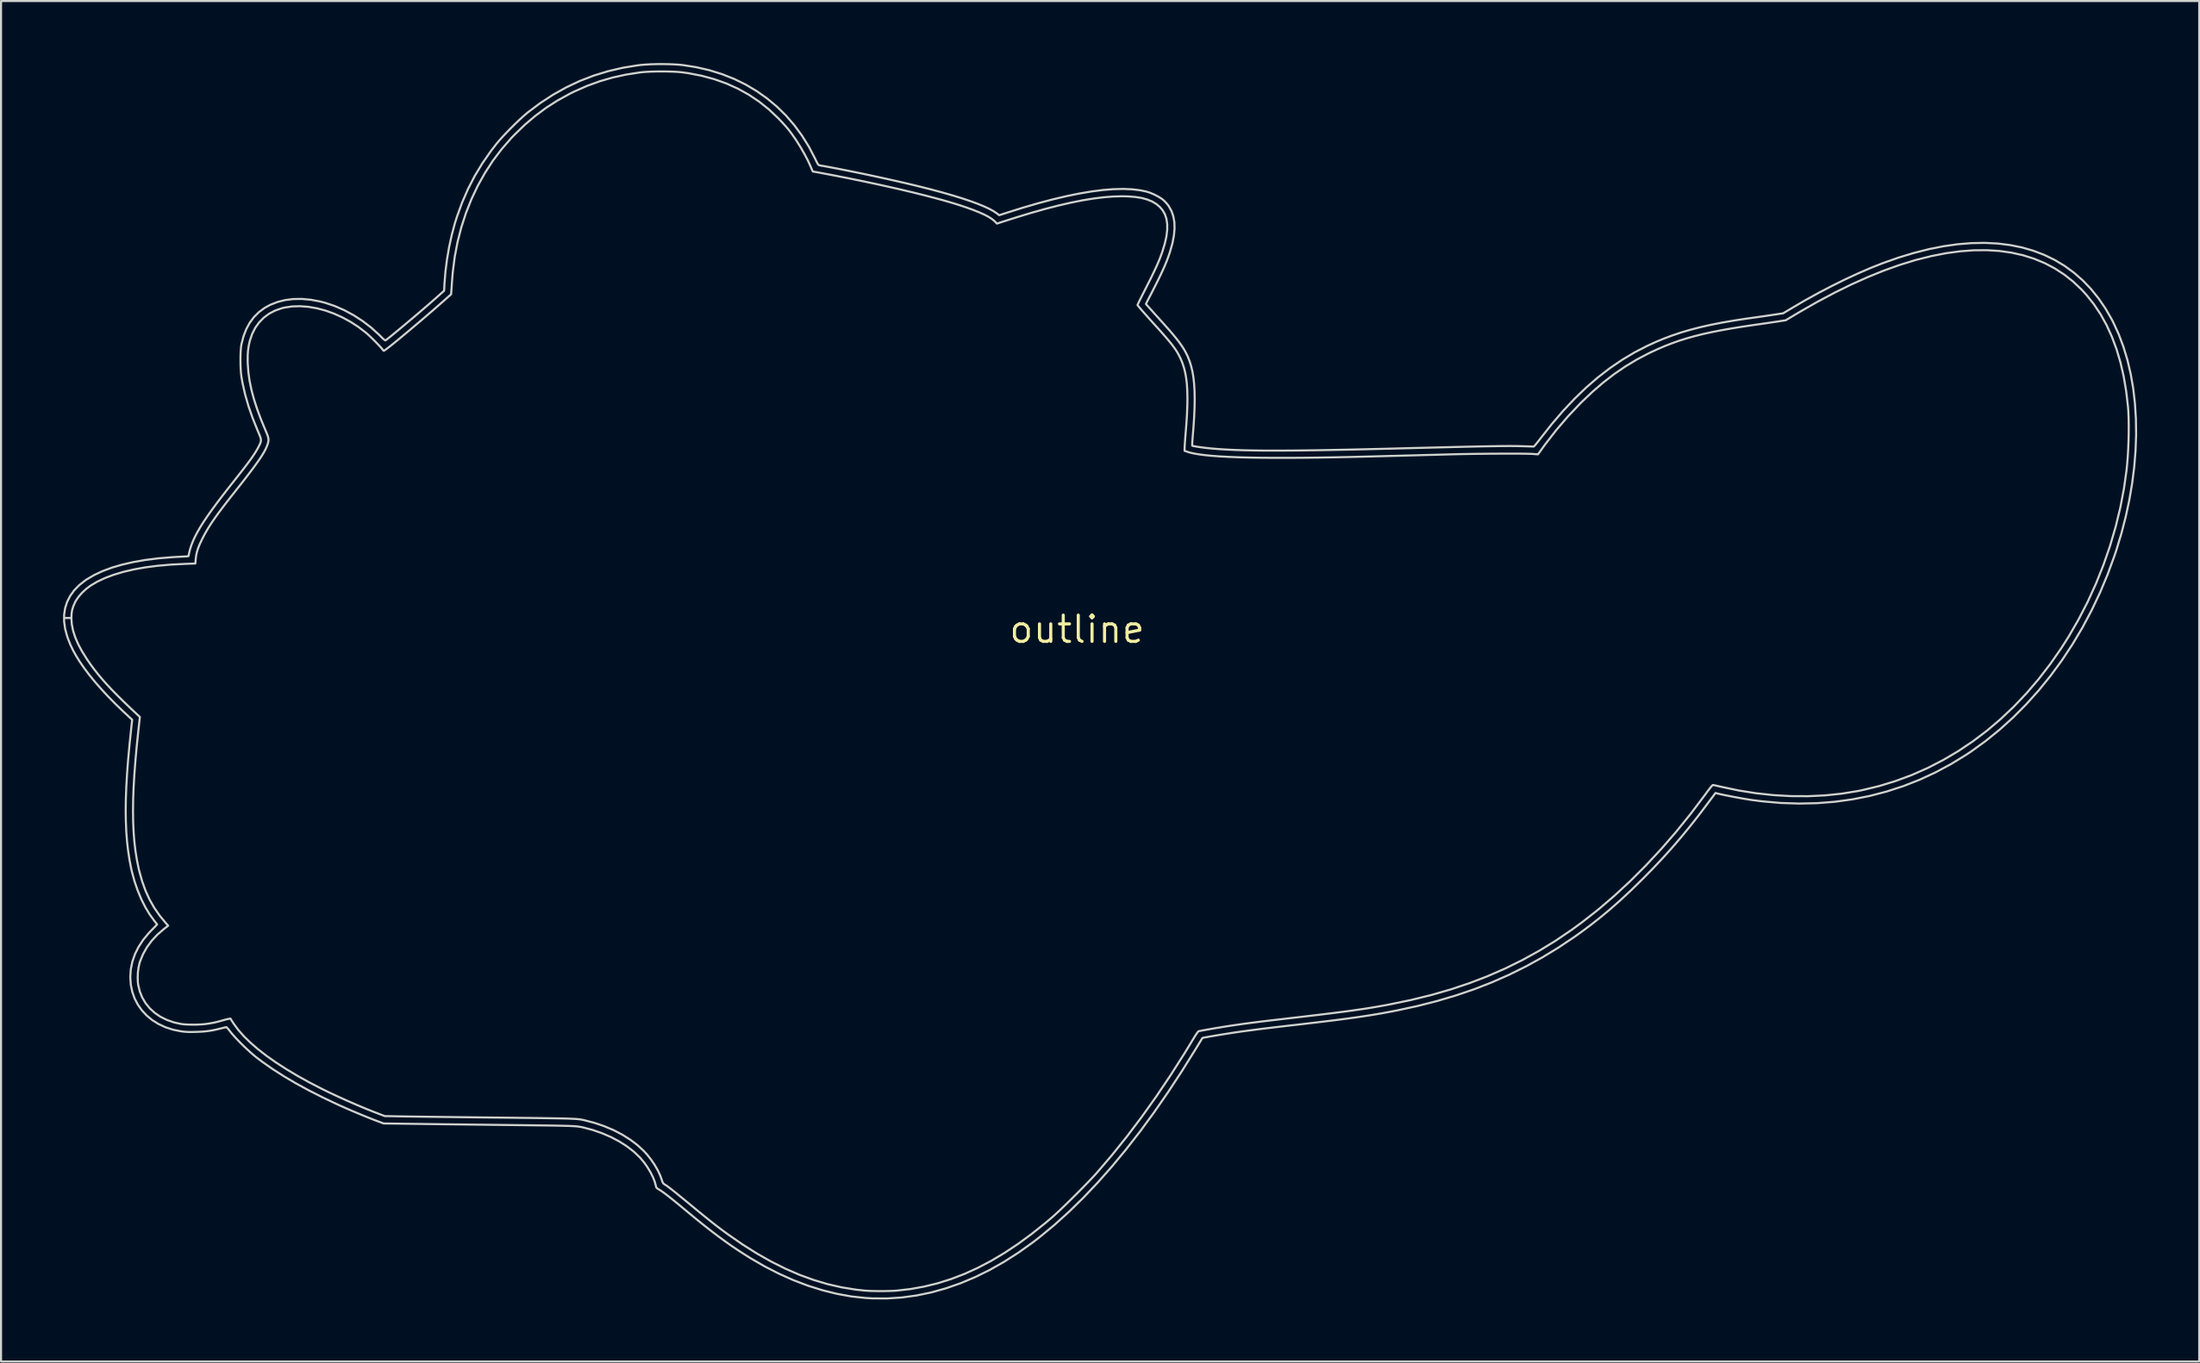
<source format=kicad_pcb>
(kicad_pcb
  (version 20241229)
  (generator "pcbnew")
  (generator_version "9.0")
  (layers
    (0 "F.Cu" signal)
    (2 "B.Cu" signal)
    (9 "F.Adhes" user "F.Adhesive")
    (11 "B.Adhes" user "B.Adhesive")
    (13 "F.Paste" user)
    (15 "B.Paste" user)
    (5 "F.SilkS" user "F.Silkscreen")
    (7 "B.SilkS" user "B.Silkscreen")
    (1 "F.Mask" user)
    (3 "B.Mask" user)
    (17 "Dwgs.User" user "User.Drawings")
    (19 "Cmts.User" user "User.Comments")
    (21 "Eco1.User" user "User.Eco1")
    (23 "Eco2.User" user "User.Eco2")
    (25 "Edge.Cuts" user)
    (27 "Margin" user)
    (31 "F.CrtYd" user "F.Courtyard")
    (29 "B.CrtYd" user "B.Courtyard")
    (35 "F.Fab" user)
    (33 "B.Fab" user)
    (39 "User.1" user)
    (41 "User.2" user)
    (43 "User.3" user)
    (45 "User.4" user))
  (footprint "outline"
    (layer "F.Cu")
    (at 49.014 27.393)
    (property "Reference" "outline" (at 0 0 0) (layer "F.SilkS") (effects (font (size 1.27 1.27) (thickness 0.15))))
    (attr through_hole)
    (fp_poly (pts (xy 51.198 -9.437) (xy 51.171 -8.663) (xy 51.108 -7.875) (xy 51.008 -7.077) (xy 50.871 -6.271) (xy 50.841 -6.129) (xy 50.841 -9.876) (xy 50.835 -10.222) (xy 50.822 -10.535) (xy 50.804 -10.78) (xy 50.716 -11.531) (xy 50.595 -12.245) (xy 50.439 -12.92) (xy 50.249 -13.558) (xy 50.025 -14.159) (xy 49.768 -14.722) (xy 49.476 -15.248) (xy 49.15 -15.736) (xy 48.789 -16.188) (xy 48.563 -16.434) (xy 48.158 -16.819) (xy 47.725 -17.161) (xy 47.266 -17.46) (xy 46.781 -17.715) (xy 46.271 -17.927) (xy 45.735 -18.096) (xy 45.174 -18.222) (xy 44.59 -18.304) (xy 43.981 -18.342) (xy 43.348 -18.337) (xy 42.692 -18.288) (xy 42.013 -18.196) (xy 41.312 -18.059) (xy 40.589 -17.879) (xy 40.487 -17.85) (xy 39.756 -17.625) (xy 39.003 -17.355) (xy 38.228 -17.041) (xy 37.434 -16.685) (xy 36.622 -16.286) (xy 35.794 -15.846) (xy 34.95 -15.364) (xy 34.744 -15.242) (xy 34.261 -14.953) (xy 33.917 -14.899) (xy 33.803 -14.882) (xy 33.648 -14.859) (xy 33.463 -14.831) (xy 33.257 -14.801) (xy 33.04 -14.77) (xy 32.823 -14.739) (xy 32.773 -14.732) (xy 32.19 -14.646) (xy 31.652 -14.559) (xy 31.155 -14.471) (xy 30.695 -14.381) (xy 30.266 -14.287) (xy 29.864 -14.187) (xy 29.484 -14.081) (xy 29.121 -13.967) (xy 28.771 -13.843) (xy 28.427 -13.71) (xy 28.087 -13.564) (xy 27.744 -13.406) (xy 27.65 -13.361) (xy 27.069 -13.057) (xy 26.508 -12.719) (xy 25.962 -12.345) (xy 25.426 -11.931) (xy 24.896 -11.473) (xy 24.366 -10.969) (xy 24.332 -10.934) (xy 23.736 -10.305) (xy 23.168 -9.642) (xy 22.637 -8.957) (xy 22.489 -8.753) (xy 22.285 -8.467) (xy 22.031 -8.486) (xy 21.935 -8.491) (xy 21.792 -8.495) (xy 21.61 -8.498) (xy 21.392 -8.5) (xy 21.144 -8.501) (xy 20.872 -8.501) (xy 20.58 -8.501) (xy 20.274 -8.499) (xy 19.959 -8.497) (xy 19.64 -8.494) (xy 19.322 -8.491) (xy 19.011 -8.486) (xy 18.711 -8.481) (xy 18.429 -8.476) (xy 18.169 -8.469) (xy 18.166 -8.469) (xy 17.886 -8.462) (xy 17.574 -8.453) (xy 17.246 -8.444) (xy 16.915 -8.436) (xy 16.597 -8.427) (xy 16.305 -8.419) (xy 16.145 -8.415) (xy 15.872 -8.408) (xy 15.568 -8.4) (xy 15.247 -8.392) (xy 14.925 -8.383) (xy 14.618 -8.375) (xy 14.339 -8.368) (xy 14.238 -8.365) (xy 13.325 -8.342) (xy 12.461 -8.324) (xy 11.648 -8.31) (xy 10.884 -8.301) (xy 10.169 -8.297) (xy 9.503 -8.297) (xy 8.885 -8.302) (xy 8.316 -8.312) (xy 7.794 -8.326) (xy 7.319 -8.345) (xy 6.891 -8.368) (xy 6.509 -8.397) (xy 6.173 -8.43) (xy 5.884 -8.468) (xy 5.639 -8.51) (xy 5.44 -8.557) (xy 5.339 -8.589) (xy 5.199 -8.638) (xy 5.202 -8.8) (xy 5.206 -8.878) (xy 5.213 -8.996) (xy 5.223 -9.14) (xy 5.235 -9.3) (xy 5.247 -9.446) (xy 5.287 -9.952) (xy 5.316 -10.412) (xy 5.333 -10.831) (xy 5.337 -11.21) (xy 5.33 -11.555) (xy 5.31 -11.868) (xy 5.277 -12.153) (xy 5.231 -12.414) (xy 5.171 -12.655) (xy 5.098 -12.879) (xy 5.011 -13.09) (xy 4.966 -13.183) (xy 4.903 -13.304) (xy 4.835 -13.422) (xy 4.759 -13.541) (xy 4.67 -13.666) (xy 4.567 -13.803) (xy 4.443 -13.955) (xy 4.297 -14.128) (xy 4.124 -14.326) (xy 3.921 -14.554) (xy 3.839 -14.644) (xy 3.616 -14.891) (xy 3.427 -15.102) (xy 3.27 -15.279) (xy 3.144 -15.422) (xy 3.048 -15.534) (xy 2.98 -15.615) (xy 2.939 -15.667) (xy 2.924 -15.692) (xy 2.924 -15.693) (xy 2.935 -15.72) (xy 2.967 -15.786) (xy 3.016 -15.888) (xy 3.081 -16.018) (xy 3.158 -16.172) (xy 3.246 -16.344) (xy 3.318 -16.488) (xy 3.477 -16.801) (xy 3.613 -17.076) (xy 3.73 -17.318) (xy 3.83 -17.534) (xy 3.917 -17.729) (xy 3.992 -17.91) (xy 4.058 -18.082) (xy 4.119 -18.251) (xy 4.129 -18.282) (xy 4.244 -18.659) (xy 4.321 -19.003) (xy 4.36 -19.316) (xy 4.361 -19.598) (xy 4.325 -19.851) (xy 4.25 -20.077) (xy 4.137 -20.276) (xy 4.006 -20.43) (xy 3.831 -20.577) (xy 3.627 -20.699) (xy 3.391 -20.795) (xy 3.119 -20.868) (xy 2.809 -20.917) (xy 2.458 -20.944) (xy 2.174 -20.95) (xy 1.744 -20.938) (xy 1.282 -20.901) (xy 0.788 -20.839) (xy 0.259 -20.752) (xy -0.306 -20.639) (xy -0.908 -20.5) (xy -1.548 -20.335) (xy -2.227 -20.143) (xy -2.948 -19.924) (xy -3.366 -19.791) (xy -3.871 -19.628) (xy -3.997 -19.756) (xy -4.113 -19.852) (xy -4.277 -19.956) (xy -4.487 -20.065) (xy -4.741 -20.178) (xy -5.037 -20.296) (xy -5.372 -20.417) (xy -5.744 -20.54) (xy -6 -20.619) (xy -6.424 -20.743) (xy -6.893 -20.871) (xy -7.403 -21.003) (xy -7.949 -21.139) (xy -8.526 -21.276) (xy -9.13 -21.414) (xy -9.754 -21.551) (xy -10.395 -21.687) (xy -11.047 -21.82) (xy -11.707 -21.95) (xy -12.368 -22.075) (xy -12.547 -22.108) (xy -12.776 -22.149) (xy -12.875 -22.383) (xy -13.015 -22.688) (xy -13.185 -23.013) (xy -13.376 -23.343) (xy -13.579 -23.666) (xy -13.787 -23.966) (xy -13.949 -24.18) (xy -14.028 -24.273) (xy -14.131 -24.391) (xy -14.25 -24.521) (xy -14.372 -24.651) (xy -14.441 -24.723) (xy -14.886 -25.144) (xy -15.359 -25.522) (xy -15.859 -25.858) (xy -16.388 -26.152) (xy -16.945 -26.403) (xy -17.53 -26.612) (xy -18.142 -26.778) (xy -18.783 -26.902) (xy -19.07 -26.943) (xy -19.266 -26.962) (xy -19.5 -26.976) (xy -19.761 -26.984) (xy -20.037 -26.988) (xy -20.315 -26.986) (xy -20.584 -26.979) (xy -20.831 -26.967) (xy -21.044 -26.95) (xy -21.116 -26.941) (xy -21.794 -26.836) (xy -22.443 -26.694) (xy -23.068 -26.513) (xy -23.679 -26.291) (xy -24.281 -26.026) (xy -24.525 -25.906) (xy -25.107 -25.585) (xy -25.661 -25.23) (xy -26.191 -24.836) (xy -26.702 -24.401) (xy -27.199 -23.92) (xy -27.352 -23.76) (xy -27.81 -23.235) (xy -28.233 -22.675) (xy -28.617 -22.084) (xy -28.964 -21.464) (xy -29.271 -20.817) (xy -29.537 -20.146) (xy -29.762 -19.452) (xy -29.945 -18.74) (xy -30.084 -18.011) (xy -30.178 -17.267) (xy -30.206 -16.921) (xy -30.217 -16.768) (xy -30.227 -16.62) (xy -30.236 -16.49) (xy -30.244 -16.392) (xy -30.246 -16.361) (xy -30.259 -16.208) (xy -30.455 -16.033) (xy -30.655 -15.855) (xy -30.869 -15.667) (xy -31.093 -15.471) (xy -31.325 -15.271) (xy -31.561 -15.068) (xy -31.798 -14.866) (xy -32.032 -14.668) (xy -32.26 -14.475) (xy -32.479 -14.292) (xy -32.686 -14.12) (xy -32.877 -13.963) (xy -33.049 -13.822) (xy -33.199 -13.702) (xy -33.324 -13.605) (xy -33.42 -13.533) (xy -33.483 -13.489) (xy -33.51 -13.475) (xy -33.537 -13.495) (xy -33.573 -13.541) (xy -33.573 -13.541) (xy -33.616 -13.596) (xy -33.688 -13.677) (xy -33.783 -13.778) (xy -33.892 -13.891) (xy -34.009 -14.009) (xy -34.126 -14.124) (xy -34.236 -14.228) (xy -34.331 -14.314) (xy -34.375 -14.352) (xy -34.742 -14.632) (xy -35.126 -14.881) (xy -35.524 -15.097) (xy -35.93 -15.278) (xy -36.34 -15.424) (xy -36.75 -15.532) (xy -37.154 -15.602) (xy -37.549 -15.633) (xy -37.931 -15.622) (xy -38.293 -15.57) (xy -38.451 -15.531) (xy -38.772 -15.418) (xy -39.062 -15.265) (xy -39.318 -15.074) (xy -39.54 -14.846) (xy -39.727 -14.584) (xy -39.876 -14.287) (xy -39.987 -13.959) (xy -39.994 -13.933) (xy -40.042 -13.711) (xy -40.074 -13.489) (xy -40.09 -13.252) (xy -40.091 -12.986) (xy -40.088 -12.865) (xy -40.059 -12.452) (xy -40 -12.027) (xy -39.909 -11.587) (xy -39.786 -11.127) (xy -39.629 -10.643) (xy -39.438 -10.131) (xy -39.241 -9.656) (xy -39.172 -9.495) (xy -39.125 -9.369) (xy -39.096 -9.269) (xy -39.084 -9.184) (xy -39.088 -9.105) (xy -39.107 -9.021) (xy -39.131 -8.943) (xy -39.172 -8.834) (xy -39.226 -8.716) (xy -39.296 -8.585) (xy -39.383 -8.438) (xy -39.49 -8.273) (xy -39.618 -8.087) (xy -39.77 -7.876) (xy -39.947 -7.639) (xy -40.151 -7.371) (xy -40.384 -7.071) (xy -40.649 -6.735) (xy -40.657 -6.724) (xy -40.913 -6.4) (xy -41.138 -6.111) (xy -41.336 -5.852) (xy -41.51 -5.618) (xy -41.663 -5.406) (xy -41.798 -5.211) (xy -41.918 -5.029) (xy -42.026 -4.855) (xy -42.124 -4.686) (xy -42.217 -4.516) (xy -42.284 -4.386) (xy -42.399 -4.145) (xy -42.486 -3.932) (xy -42.547 -3.737) (xy -42.586 -3.548) (xy -42.604 -3.388) (xy -42.62 -3.186) (xy -43.131 -3.168) (xy -43.805 -3.134) (xy -44.439 -3.078) (xy -45.034 -3.001) (xy -45.587 -2.902) (xy -46.099 -2.783) (xy -46.567 -2.643) (xy -46.992 -2.483) (xy -47.372 -2.303) (xy -47.691 -2.113) (xy -47.901 -1.954) (xy -48.094 -1.775) (xy -48.261 -1.585) (xy -48.392 -1.395) (xy -48.434 -1.315) (xy -48.52 -1.119) (xy -48.576 -0.94) (xy -48.605 -0.755) (xy -48.613 -0.553) (xy -48.594 -0.254) (xy -48.533 0.054) (xy -48.431 0.374) (xy -48.287 0.709) (xy -48.099 1.061) (xy -47.867 1.432) (xy -47.864 1.437) (xy -47.696 1.681) (xy -47.52 1.92) (xy -47.332 2.16) (xy -47.129 2.403) (xy -46.906 2.654) (xy -46.661 2.916) (xy -46.389 3.195) (xy -46.088 3.493) (xy -45.753 3.814) (xy -45.441 4.107) (xy -45.303 4.236) (xy -45.381 4.946) (xy -45.459 5.695) (xy -45.522 6.398) (xy -45.571 7.057) (xy -45.607 7.676) (xy -45.628 8.258) (xy -45.634 8.804) (xy -45.627 9.319) (xy -45.605 9.804) (xy -45.569 10.262) (xy -45.518 10.697) (xy -45.453 11.111) (xy -45.374 11.507) (xy -45.332 11.688) (xy -45.192 12.186) (xy -45.027 12.646) (xy -44.831 13.073) (xy -44.602 13.474) (xy -44.336 13.856) (xy -44.05 14.202) (xy -43.935 14.332) (xy -44.139 14.49) (xy -44.455 14.763) (xy -44.731 15.06) (xy -44.964 15.377) (xy -45.152 15.713) (xy -45.294 16.063) (xy -45.323 16.158) (xy -45.369 16.364) (xy -45.398 16.597) (xy -45.408 16.838) (xy -45.4 17.064) (xy -45.386 17.177) (xy -45.309 17.503) (xy -45.188 17.805) (xy -45.025 18.081) (xy -44.823 18.329) (xy -44.583 18.548) (xy -44.308 18.736) (xy -43.999 18.889) (xy -43.659 19.008) (xy -43.332 19.082) (xy -43.181 19.101) (xy -42.993 19.113) (xy -42.784 19.118) (xy -42.567 19.117) (xy -42.357 19.108) (xy -42.168 19.092) (xy -42.092 19.083) (xy -41.944 19.061) (xy -41.818 19.039) (xy -41.7 19.016) (xy -41.575 18.986) (xy -41.43 18.948) (xy -41.254 18.899) (xy -41.103 18.858) (xy -40.995 18.834) (xy -40.933 18.827) (xy -40.916 18.833) (xy -40.899 18.865) (xy -40.859 18.929) (xy -40.804 19.014) (xy -40.757 19.086) (xy -40.536 19.384) (xy -40.267 19.687) (xy -39.95 19.996) (xy -39.587 20.31) (xy -39.179 20.626) (xy -38.729 20.944) (xy -38.236 21.263) (xy -37.704 21.582) (xy -37.132 21.9) (xy -36.524 22.215) (xy -36.519 22.218) (xy -36.126 22.41) (xy -35.7 22.609) (xy -35.257 22.809) (xy -34.81 23.003) (xy -34.375 23.185) (xy -33.966 23.349) (xy -33.9 23.374) (xy -33.466 23.541) (xy -32.643 23.556) (xy -32.513 23.558) (xy -32.335 23.561) (xy -32.115 23.564) (xy -31.857 23.568) (xy -31.564 23.571) (xy -31.24 23.576) (xy -30.89 23.58) (xy -30.518 23.584) (xy -30.127 23.589) (xy -29.723 23.594) (xy -29.308 23.599) (xy -28.887 23.604) (xy -28.527 23.608) (xy -27.977 23.614) (xy -27.476 23.619) (xy -27.02 23.625) (xy -26.608 23.629) (xy -26.237 23.634) (xy -25.904 23.638) (xy -25.608 23.643) (xy -25.345 23.647) (xy -25.114 23.651) (xy -24.912 23.655) (xy -24.736 23.659) (xy -24.583 23.664) (xy -24.453 23.669) (xy -24.341 23.674) (xy -24.247 23.679) (xy -24.166 23.685) (xy -24.097 23.692) (xy -24.037 23.699) (xy -23.985 23.706) (xy -23.936 23.715) (xy -23.89 23.724) (xy -23.843 23.734) (xy -23.827 23.738) (xy -23.331 23.867) (xy -22.855 24.029) (xy -22.404 24.22) (xy -21.982 24.439) (xy -21.593 24.684) (xy -21.241 24.951) (xy -20.931 25.24) (xy -20.783 25.402) (xy -20.589 25.648) (xy -20.414 25.906) (xy -20.265 26.166) (xy -20.147 26.418) (xy -20.07 26.634) (xy -20.037 26.732) (xy -20.002 26.793) (xy -19.956 26.834) (xy -19.947 26.839) (xy -19.892 26.873) (xy -19.827 26.917) (xy -19.749 26.974) (xy -19.653 27.046) (xy -19.538 27.136) (xy -19.399 27.247) (xy -19.234 27.381) (xy -19.039 27.541) (xy -18.811 27.728) (xy -18.599 27.904) (xy -18.312 28.14) (xy -18.058 28.348) (xy -17.83 28.532) (xy -17.621 28.698) (xy -17.427 28.849) (xy -17.239 28.992) (xy -17.053 29.131) (xy -16.876 29.26) (xy -16.169 29.75) (xy -15.471 30.19) (xy -14.779 30.581) (xy -14.093 30.924) (xy -13.41 31.22) (xy -12.731 31.468) (xy -12.052 31.67) (xy -11.374 31.825) (xy -10.695 31.935) (xy -10.259 31.982) (xy -10.077 31.994) (xy -9.859 32.002) (xy -9.619 32.006) (xy -9.372 32.006) (xy -9.131 32.002) (xy -8.912 31.995) (xy -8.729 31.984) (xy -8.059 31.908) (xy -7.397 31.789) (xy -6.741 31.629) (xy -6.09 31.424) (xy -5.443 31.176) (xy -4.796 30.882) (xy -4.15 30.543) (xy -3.502 30.157) (xy -2.85 29.724) (xy -2.194 29.243) (xy -1.53 28.713) (xy -1.195 28.429) (xy -1.064 28.312) (xy -0.904 28.165) (xy -0.722 27.992) (xy -0.522 27.799) (xy -0.312 27.593) (xy -0.096 27.379) (xy 0.119 27.163) (xy 0.328 26.951) (xy 0.524 26.749) (xy 0.701 26.563) (xy 0.855 26.399) (xy 0.953 26.29) (xy 1.683 25.437) (xy 2.407 24.535) (xy 3.124 23.586) (xy 3.832 22.592) (xy 4.53 21.553) (xy 5.217 20.473) (xy 5.672 19.723) (xy 5.737 19.618) (xy 5.796 19.53) (xy 5.844 19.467) (xy 5.872 19.439) (xy 5.873 19.438) (xy 5.923 19.427) (xy 6.016 19.408) (xy 6.144 19.384) (xy 6.299 19.356) (xy 6.474 19.326) (xy 6.661 19.293) (xy 6.853 19.261) (xy 7.041 19.23) (xy 7.219 19.201) (xy 7.378 19.177) (xy 7.424 19.17) (xy 7.606 19.143) (xy 7.776 19.118) (xy 7.937 19.095) (xy 8.096 19.073) (xy 8.257 19.051) (xy 8.425 19.029) (xy 8.606 19.006) (xy 8.805 18.981) (xy 9.026 18.954) (xy 9.275 18.924) (xy 9.557 18.891) (xy 9.877 18.854) (xy 10.24 18.811) (xy 10.431 18.789) (xy 10.946 18.729) (xy 11.415 18.674) (xy 11.841 18.623) (xy 12.23 18.575) (xy 12.584 18.531) (xy 12.908 18.489) (xy 13.207 18.449) (xy 13.484 18.41) (xy 13.744 18.373) (xy 13.99 18.335) (xy 14.227 18.297) (xy 14.459 18.258) (xy 14.69 18.217) (xy 14.924 18.175) (xy 15.115 18.139) (xy 16.134 17.928) (xy 17.113 17.688) (xy 18.056 17.417) (xy 18.966 17.113) (xy 19.846 16.775) (xy 20.7 16.402) (xy 21.53 15.993) (xy 22.34 15.546) (xy 23.132 15.061) (xy 23.91 14.534) (xy 24.421 14.161) (xy 25.206 13.544) (xy 25.984 12.878) (xy 26.751 12.167) (xy 27.505 11.412) (xy 28.246 10.616) (xy 28.969 9.782) (xy 29.673 8.91) (xy 30.355 8.005) (xy 30.424 7.91) (xy 30.514 7.789) (xy 30.595 7.684) (xy 30.663 7.6) (xy 30.712 7.546) (xy 30.737 7.526) (xy 30.773 7.532) (xy 30.85 7.547) (xy 30.956 7.571) (xy 31.082 7.6) (xy 31.144 7.614) (xy 31.982 7.791) (xy 32.825 7.925) (xy 33.669 8.016) (xy 34.508 8.064) (xy 35.339 8.068) (xy 36.158 8.029) (xy 36.96 7.946) (xy 37.742 7.819) (xy 37.947 7.778) (xy 38.768 7.58) (xy 39.571 7.334) (xy 40.357 7.042) (xy 41.124 6.703) (xy 41.871 6.318) (xy 42.599 5.889) (xy 43.305 5.415) (xy 43.989 4.898) (xy 44.65 4.337) (xy 45.286 3.735) (xy 45.899 3.09) (xy 46.485 2.405) (xy 47.045 1.679) (xy 47.577 0.914) (xy 47.932 0.356) (xy 48.413 -0.475) (xy 48.856 -1.333) (xy 49.258 -2.215) (xy 49.618 -3.117) (xy 49.936 -4.034) (xy 50.208 -4.963) (xy 50.435 -5.897) (xy 50.613 -6.834) (xy 50.734 -7.691) (xy 50.767 -8.02) (xy 50.795 -8.375) (xy 50.816 -8.749) (xy 50.831 -9.13) (xy 50.839 -9.509) (xy 50.841 -9.876) (xy 50.841 -6.129) (xy 50.697 -5.459) (xy 50.487 -4.644) (xy 50.24 -3.827) (xy 50.16 -3.587) (xy 49.827 -2.676) (xy 49.456 -1.787) (xy 49.047 -0.924) (xy 48.603 -0.088) (xy 48.123 0.719) (xy 47.611 1.495) (xy 47.066 2.239) (xy 46.492 2.948) (xy 45.887 3.621) (xy 45.256 4.257) (xy 44.597 4.852) (xy 43.914 5.406) (xy 43.207 5.916) (xy 42.994 6.057) (xy 42.257 6.51) (xy 41.503 6.915) (xy 40.732 7.272) (xy 39.944 7.581) (xy 39.14 7.842) (xy 38.322 8.055) (xy 37.488 8.22) (xy 36.641 8.337) (xy 35.779 8.405) (xy 34.905 8.424) (xy 34.018 8.395) (xy 33.12 8.316) (xy 32.595 8.249) (xy 32.456 8.227) (xy 32.288 8.199) (xy 32.1 8.167) (xy 31.901 8.13) (xy 31.7 8.093) (xy 31.505 8.055) (xy 31.324 8.019) (xy 31.167 7.986) (xy 31.041 7.958) (xy 30.956 7.937) (xy 30.949 7.935) (xy 30.866 7.911) (xy 30.464 8.449) (xy 30.026 9.027) (xy 29.599 9.568) (xy 29.177 10.081) (xy 28.75 10.577) (xy 28.311 11.064) (xy 27.851 11.552) (xy 27.362 12.051) (xy 27.284 12.128) (xy 26.778 12.623) (xy 26.289 13.079) (xy 25.81 13.504) (xy 25.332 13.904) (xy 24.85 14.285) (xy 24.354 14.654) (xy 24.04 14.877) (xy 23.272 15.391) (xy 22.493 15.866) (xy 21.699 16.303) (xy 20.888 16.704) (xy 20.056 17.071) (xy 19.2 17.405) (xy 18.315 17.706) (xy 17.399 17.977) (xy 16.448 18.219) (xy 15.459 18.433) (xy 14.796 18.558) (xy 14.526 18.605) (xy 14.254 18.65) (xy 13.977 18.694) (xy 13.688 18.737) (xy 13.385 18.781) (xy 13.061 18.825) (xy 12.712 18.871) (xy 12.335 18.919) (xy 11.923 18.969) (xy 11.473 19.023) (xy 10.98 19.081) (xy 10.641 19.12) (xy 10.187 19.172) (xy 9.779 19.22) (xy 9.412 19.263) (xy 9.079 19.304) (xy 8.776 19.341) (xy 8.499 19.377) (xy 8.241 19.411) (xy 7.997 19.444) (xy 7.763 19.477) (xy 7.678 19.489) (xy 7.523 19.513) (xy 7.349 19.54) (xy 7.163 19.569) (xy 6.972 19.6) (xy 6.784 19.631) (xy 6.603 19.662) (xy 6.438 19.69) (xy 6.295 19.716) (xy 6.18 19.737) (xy 6.101 19.752) (xy 6.064 19.761) (xy 6.062 19.762) (xy 6.048 19.785) (xy 6.012 19.845) (xy 5.956 19.936) (xy 5.885 20.053) (xy 5.802 20.189) (xy 5.741 20.289) (xy 5.074 21.359) (xy 4.403 22.381) (xy 3.729 23.355) (xy 3.051 24.28) (xy 2.369 25.156) (xy 1.685 25.983) (xy 0.997 26.76) (xy 0.307 27.488) (xy -0.385 28.166) (xy -1.08 28.794) (xy -1.777 29.371) (xy -2.139 29.651) (xy -2.829 30.144) (xy -3.524 30.588) (xy -4.223 30.984) (xy -4.926 31.33) (xy -5.631 31.626) (xy -6.339 31.873) (xy -7.049 32.071) (xy -7.76 32.218) (xy -8.471 32.315) (xy -9.183 32.362) (xy -9.895 32.358) (xy -10.234 32.338) (xy -10.917 32.263) (xy -11.608 32.138) (xy -12.305 31.965) (xy -13.005 31.745) (xy -13.707 31.478) (xy -14.407 31.166) (xy -15.103 30.809) (xy -15.764 30.426) (xy -16.082 30.227) (xy -16.391 30.027) (xy -16.696 29.821) (xy -17.002 29.606) (xy -17.314 29.377) (xy -17.639 29.131) (xy -17.981 28.864) (xy -18.345 28.571) (xy -18.737 28.249) (xy -18.975 28.051) (xy -19.267 27.808) (xy -19.523 27.6) (xy -19.743 27.425) (xy -19.926 27.284) (xy -20.073 27.178) (xy -20.182 27.106) (xy -20.213 27.089) (xy -20.29 27.042) (xy -20.332 26.999) (xy -20.353 26.945) (xy -20.356 26.928) (xy -20.412 26.718) (xy -20.503 26.487) (xy -20.625 26.246) (xy -20.772 26.004) (xy -20.938 25.77) (xy -21.119 25.556) (xy -21.135 25.539) (xy -21.423 25.263) (xy -21.755 25.005) (xy -22.125 24.769) (xy -22.528 24.556) (xy -22.958 24.37) (xy -23.411 24.213) (xy -23.867 24.092) (xy -23.921 24.08) (xy -23.974 24.069) (xy -24.028 24.059) (xy -24.086 24.05) (xy -24.152 24.042) (xy -24.227 24.035) (xy -24.316 24.029) (xy -24.421 24.023) (xy -24.545 24.018) (xy -24.692 24.013) (xy -24.863 24.009) (xy -25.063 24.004) (xy -25.294 24) (xy -25.559 23.996) (xy -25.862 23.992) (xy -26.205 23.988) (xy -26.591 23.983) (xy -27.023 23.978) (xy -27.269 23.975) (xy -27.666 23.971) (xy -28.098 23.966) (xy -28.554 23.96) (xy -29.025 23.955) (xy -29.501 23.949) (xy -29.972 23.943) (xy -30.428 23.938) (xy -30.859 23.932) (xy -31.256 23.927) (xy -31.5 23.924) (xy -33.519 23.898) (xy -33.865 23.768) (xy -34.119 23.67) (xy -34.405 23.555) (xy -34.711 23.429) (xy -35.024 23.297) (xy -35.329 23.165) (xy -35.615 23.038) (xy -35.761 22.972) (xy -36.474 22.633) (xy -37.14 22.295) (xy -37.76 21.957) (xy -38.338 21.616) (xy -38.876 21.272) (xy -39.376 20.922) (xy -39.643 20.722) (xy -39.789 20.604) (xy -39.953 20.461) (xy -40.127 20.301) (xy -40.305 20.132) (xy -40.478 19.96) (xy -40.638 19.794) (xy -40.778 19.641) (xy -40.891 19.509) (xy -40.936 19.45) (xy -41.004 19.362) (xy -41.063 19.291) (xy -41.106 19.248) (xy -41.123 19.238) (xy -41.158 19.245) (xy -41.231 19.262) (xy -41.329 19.287) (xy -41.405 19.306) (xy -41.649 19.364) (xy -41.869 19.407) (xy -42.082 19.437) (xy -42.308 19.457) (xy -42.566 19.468) (xy -42.575 19.468) (xy -42.779 19.473) (xy -42.947 19.472) (xy -43.092 19.465) (xy -43.229 19.452) (xy -43.323 19.439) (xy -43.709 19.36) (xy -44.069 19.242) (xy -44.401 19.087) (xy -44.703 18.899) (xy -44.971 18.678) (xy -45.204 18.427) (xy -45.4 18.15) (xy -45.557 17.849) (xy -45.671 17.525) (xy -45.742 17.181) (xy -45.766 16.82) (xy -45.766 16.819) (xy -45.741 16.441) (xy -45.666 16.072) (xy -45.541 15.711) (xy -45.368 15.361) (xy -45.146 15.022) (xy -44.876 14.695) (xy -44.769 14.582) (xy -44.67 14.481) (xy -44.584 14.394) (xy -44.519 14.325) (xy -44.479 14.282) (xy -44.469 14.271) (xy -44.484 14.249) (xy -44.523 14.198) (xy -44.579 14.128) (xy -44.588 14.117) (xy -44.818 13.803) (xy -45.033 13.447) (xy -45.231 13.054) (xy -45.407 12.63) (xy -45.561 12.184) (xy -45.687 11.72) (xy -45.725 11.556) (xy -45.805 11.141) (xy -45.871 10.71) (xy -45.922 10.259) (xy -45.959 9.785) (xy -45.98 9.286) (xy -45.988 8.758) (xy -45.98 8.198) (xy -45.958 7.604) (xy -45.921 6.973) (xy -45.87 6.301) (xy -45.804 5.586) (xy -45.745 5.015) (xy -45.675 4.372) (xy -46.121 3.954) (xy -46.485 3.603) (xy -46.836 3.245) (xy -47.168 2.887) (xy -47.475 2.536) (xy -47.751 2.198) (xy -47.99 1.879) (xy -47.99 1.879) (xy -48.203 1.57) (xy -48.382 1.284) (xy -48.533 1.012) (xy -48.66 0.744) (xy -48.769 0.471) (xy -48.818 0.331) (xy -48.916 -0.03) (xy -48.964 -0.378) (xy -48.964 -0.71) (xy -48.916 -1.028) (xy -48.819 -1.33) (xy -48.675 -1.614) (xy -48.484 -1.881) (xy -48.245 -2.129) (xy -47.959 -2.357) (xy -47.865 -2.422) (xy -47.505 -2.633) (xy -47.099 -2.822) (xy -46.649 -2.989) (xy -46.154 -3.134) (xy -45.615 -3.258) (xy -45.033 -3.359) (xy -44.408 -3.437) (xy -43.741 -3.493) (xy -43.467 -3.509) (xy -43.312 -3.517) (xy -43.176 -3.524) (xy -43.067 -3.531) (xy -42.991 -3.537) (xy -42.957 -3.54) (xy -42.956 -3.541) (xy -42.949 -3.567) (xy -42.935 -3.628) (xy -42.92 -3.699) (xy -42.874 -3.885) (xy -42.813 -4.075) (xy -42.735 -4.274) (xy -42.638 -4.483) (xy -42.521 -4.707) (xy -42.382 -4.946) (xy -42.219 -5.205) (xy -42.03 -5.486) (xy -41.814 -5.791) (xy -41.569 -6.124) (xy -41.294 -6.486) (xy -40.986 -6.882) (xy -40.819 -7.094) (xy -40.597 -7.375) (xy -40.404 -7.621) (xy -40.238 -7.835) (xy -40.096 -8.022) (xy -39.975 -8.186) (xy -39.873 -8.329) (xy -39.786 -8.457) (xy -39.711 -8.574) (xy -39.647 -8.682) (xy -39.589 -8.786) (xy -39.561 -8.84) (xy -39.509 -8.943) (xy -39.473 -9.026) (xy -39.453 -9.098) (xy -39.45 -9.169) (xy -39.464 -9.249) (xy -39.497 -9.348) (xy -39.548 -9.475) (xy -39.608 -9.615) (xy -39.851 -10.221) (xy -40.054 -10.804) (xy -40.216 -11.369) (xy -40.341 -11.92) (xy -40.393 -12.217) (xy -40.413 -12.382) (xy -40.428 -12.577) (xy -40.437 -12.793) (xy -40.44 -13.017) (xy -40.438 -13.238) (xy -40.43 -13.444) (xy -40.416 -13.624) (xy -40.397 -13.767) (xy -40.394 -13.785) (xy -40.295 -14.17) (xy -40.161 -14.519) (xy -39.993 -14.83) (xy -39.789 -15.105) (xy -39.55 -15.344) (xy -39.275 -15.548) (xy -38.997 -15.7) (xy -38.649 -15.837) (xy -38.277 -15.93) (xy -37.883 -15.979) (xy -37.471 -15.984) (xy -37.041 -15.945) (xy -36.596 -15.862) (xy -36.346 -15.797) (xy -35.878 -15.64) (xy -35.414 -15.436) (xy -34.961 -15.191) (xy -34.525 -14.908) (xy -34.114 -14.592) (xy -33.735 -14.247) (xy -33.666 -14.177) (xy -33.564 -14.076) (xy -33.487 -14.009) (xy -33.439 -13.979) (xy -33.425 -13.979) (xy -33.331 -14.052) (xy -33.203 -14.154) (xy -33.047 -14.281) (xy -32.869 -14.428) (xy -32.672 -14.591) (xy -32.463 -14.766) (xy -32.245 -14.949) (xy -32.026 -15.134) (xy -31.809 -15.319) (xy -31.599 -15.498) (xy -31.403 -15.667) (xy -31.224 -15.822) (xy -31.069 -15.959) (xy -31.067 -15.96) (xy -30.594 -16.38) (xy -30.578 -16.711) (xy -30.533 -17.287) (xy -30.458 -17.882) (xy -30.356 -18.48) (xy -30.228 -19.068) (xy -30.078 -19.631) (xy -29.975 -19.959) (xy -29.724 -20.65) (xy -29.437 -21.307) (xy -29.113 -21.936) (xy -28.746 -22.543) (xy -28.336 -23.134) (xy -28.074 -23.474) (xy -27.933 -23.642) (xy -27.762 -23.834) (xy -27.568 -24.04) (xy -27.36 -24.253) (xy -27.149 -24.462) (xy -26.941 -24.66) (xy -26.745 -24.838) (xy -26.572 -24.986) (xy -26.544 -25.009) (xy -25.946 -25.458) (xy -25.329 -25.861) (xy -24.693 -26.216) (xy -24.039 -26.525) (xy -23.366 -26.785) (xy -22.675 -26.998) (xy -21.966 -27.164) (xy -21.238 -27.283) (xy -21.116 -27.298) (xy -20.892 -27.318) (xy -20.631 -27.333) (xy -20.347 -27.341) (xy -20.052 -27.343) (xy -19.759 -27.339) (xy -19.481 -27.329) (xy -19.23 -27.313) (xy -19.069 -27.297) (xy -18.409 -27.194) (xy -17.772 -27.047) (xy -17.16 -26.857) (xy -16.573 -26.625) (xy -16.014 -26.351) (xy -15.483 -26.036) (xy -14.982 -25.682) (xy -14.511 -25.289) (xy -14.072 -24.858) (xy -13.667 -24.389) (xy -13.296 -23.884) (xy -12.96 -23.344) (xy -12.661 -22.769) (xy -12.66 -22.767) (xy -12.601 -22.643) (xy -12.557 -22.556) (xy -12.524 -22.501) (xy -12.495 -22.468) (xy -12.465 -22.451) (xy -12.428 -22.442) (xy -12.416 -22.44) (xy -12.044 -22.374) (xy -11.632 -22.296) (xy -11.187 -22.209) (xy -10.72 -22.115) (xy -10.238 -22.015) (xy -9.751 -21.911) (xy -9.266 -21.805) (xy -8.793 -21.7) (xy -8.34 -21.596) (xy -7.917 -21.496) (xy -7.665 -21.434) (xy -7.075 -21.285) (xy -6.531 -21.139) (xy -6.032 -20.996) (xy -5.579 -20.857) (xy -5.172 -20.721) (xy -4.813 -20.59) (xy -4.501 -20.463) (xy -4.239 -20.341) (xy -4.026 -20.224) (xy -3.881 -20.126) (xy -3.761 -20.034) (xy -3.412 -20.147) (xy -2.635 -20.392) (xy -1.894 -20.608) (xy -1.19 -20.795) (xy -0.524 -20.953) (xy 0.104 -21.081) (xy 0.694 -21.181) (xy 1.245 -21.252) (xy 1.757 -21.293) (xy 2.229 -21.305) (xy 2.661 -21.287) (xy 3.052 -21.24) (xy 3.344 -21.179) (xy 3.528 -21.121) (xy 3.722 -21.039) (xy 3.911 -20.943) (xy 4.077 -20.841) (xy 4.163 -20.776) (xy 4.255 -20.69) (xy 4.351 -20.583) (xy 4.432 -20.478) (xy 4.432 -20.476) (xy 4.563 -20.244) (xy 4.654 -19.987) (xy 4.705 -19.704) (xy 4.715 -19.396) (xy 4.685 -19.059) (xy 4.616 -18.694) (xy 4.506 -18.299) (xy 4.474 -18.199) (xy 4.406 -18.004) (xy 4.332 -17.807) (xy 4.248 -17.604) (xy 4.153 -17.387) (xy 4.042 -17.149) (xy 3.913 -16.884) (xy 3.763 -16.584) (xy 3.685 -16.432) (xy 3.33 -15.74) (xy 3.553 -15.49) (xy 3.637 -15.396) (xy 3.746 -15.273) (xy 3.873 -15.133) (xy 4.007 -14.983) (xy 4.142 -14.834) (xy 4.192 -14.778) (xy 4.427 -14.514) (xy 4.628 -14.28) (xy 4.8 -14.071) (xy 4.946 -13.882) (xy 5.07 -13.707) (xy 5.174 -13.543) (xy 5.264 -13.382) (xy 5.342 -13.222) (xy 5.36 -13.182) (xy 5.448 -12.957) (xy 5.522 -12.716) (xy 5.583 -12.455) (xy 5.629 -12.17) (xy 5.662 -11.859) (xy 5.682 -11.519) (xy 5.689 -11.146) (xy 5.682 -10.736) (xy 5.663 -10.287) (xy 5.631 -9.796) (xy 5.587 -9.258) (xy 5.585 -9.234) (xy 5.575 -9.108) (xy 5.569 -9.002) (xy 5.567 -8.925) (xy 5.57 -8.887) (xy 5.571 -8.884) (xy 5.615 -8.87) (xy 5.701 -8.853) (xy 5.821 -8.833) (xy 5.967 -8.812) (xy 6.132 -8.79) (xy 6.307 -8.77) (xy 6.484 -8.752) (xy 6.655 -8.737) (xy 6.674 -8.735) (xy 6.918 -8.717) (xy 7.171 -8.702) (xy 7.437 -8.688) (xy 7.717 -8.676) (xy 8.014 -8.666) (xy 8.329 -8.659) (xy 8.666 -8.653) (xy 9.026 -8.649) (xy 9.411 -8.647) (xy 9.824 -8.648) (xy 10.266 -8.65) (xy 10.741 -8.654) (xy 11.249 -8.661) (xy 11.793 -8.669) (xy 12.376 -8.68) (xy 12.999 -8.692) (xy 13.665 -8.707) (xy 14.375 -8.724) (xy 15.133 -8.742) (xy 15.764 -8.759) (xy 16.379 -8.775) (xy 16.945 -8.789) (xy 17.466 -8.802) (xy 17.942 -8.814) (xy 18.378 -8.825) (xy 18.774 -8.834) (xy 19.134 -8.842) (xy 19.46 -8.849) (xy 19.754 -8.855) (xy 20.019 -8.86) (xy 20.257 -8.863) (xy 20.47 -8.866) (xy 20.661 -8.868) (xy 20.832 -8.869) (xy 20.986 -8.869) (xy 21.125 -8.868) (xy 21.25 -8.867) (xy 21.366 -8.865) (xy 21.416 -8.863) (xy 21.591 -8.859) (xy 21.75 -8.854) (xy 21.884 -8.85) (xy 21.988 -8.846) (xy 22.054 -8.843) (xy 22.074 -8.841) (xy 22.097 -8.859) (xy 22.145 -8.911) (xy 22.214 -8.993) (xy 22.297 -9.097) (xy 22.391 -9.219) (xy 22.414 -9.249) (xy 22.953 -9.933) (xy 23.498 -10.569) (xy 24.05 -11.155) (xy 24.61 -11.695) (xy 25.18 -12.188) (xy 25.76 -12.636) (xy 26.353 -13.04) (xy 26.958 -13.401) (xy 27.548 -13.706) (xy 27.953 -13.892) (xy 28.361 -14.062) (xy 28.776 -14.218) (xy 29.205 -14.362) (xy 29.651 -14.493) (xy 30.121 -14.615) (xy 30.618 -14.728) (xy 31.148 -14.833) (xy 31.717 -14.932) (xy 32.328 -15.026) (xy 32.684 -15.076) (xy 32.835 -15.097) (xy 33.02 -15.123) (xy 33.222 -15.152) (xy 33.426 -15.182) (xy 33.6 -15.208) (xy 34.134 -15.289) (xy 34.567 -15.548) (xy 35.201 -15.919) (xy 35.846 -16.275) (xy 36.495 -16.614) (xy 37.138 -16.932) (xy 37.769 -17.224) (xy 38.38 -17.488) (xy 38.934 -17.708) (xy 39.702 -17.98) (xy 40.451 -18.207) (xy 41.18 -18.392) (xy 41.889 -18.533) (xy 42.578 -18.63) (xy 43.245 -18.684) (xy 43.89 -18.695) (xy 44.513 -18.664) (xy 45.112 -18.589) (xy 45.688 -18.472) (xy 46.24 -18.312) (xy 46.767 -18.11) (xy 47.269 -17.866) (xy 47.745 -17.58) (xy 48.194 -17.252) (xy 48.616 -16.882) (xy 49.011 -16.47) (xy 49.377 -16.017) (xy 49.715 -15.523) (xy 50.023 -14.988) (xy 50.088 -14.861) (xy 50.355 -14.281) (xy 50.585 -13.668) (xy 50.779 -13.024) (xy 50.936 -12.353) (xy 51.057 -11.656) (xy 51.14 -10.936) (xy 51.187 -10.195) (xy 51.198 -9.437)) (stroke (width 0.1) (type solid)) (fill no) (layer "Edge.Cuts")))
  (gr_rect
    (start -3 -3)
    (end 103.262 62.805)
    (stroke (width 0.1) (type default))
    (fill no)
    (layer "Edge.Cuts")))
</source>
